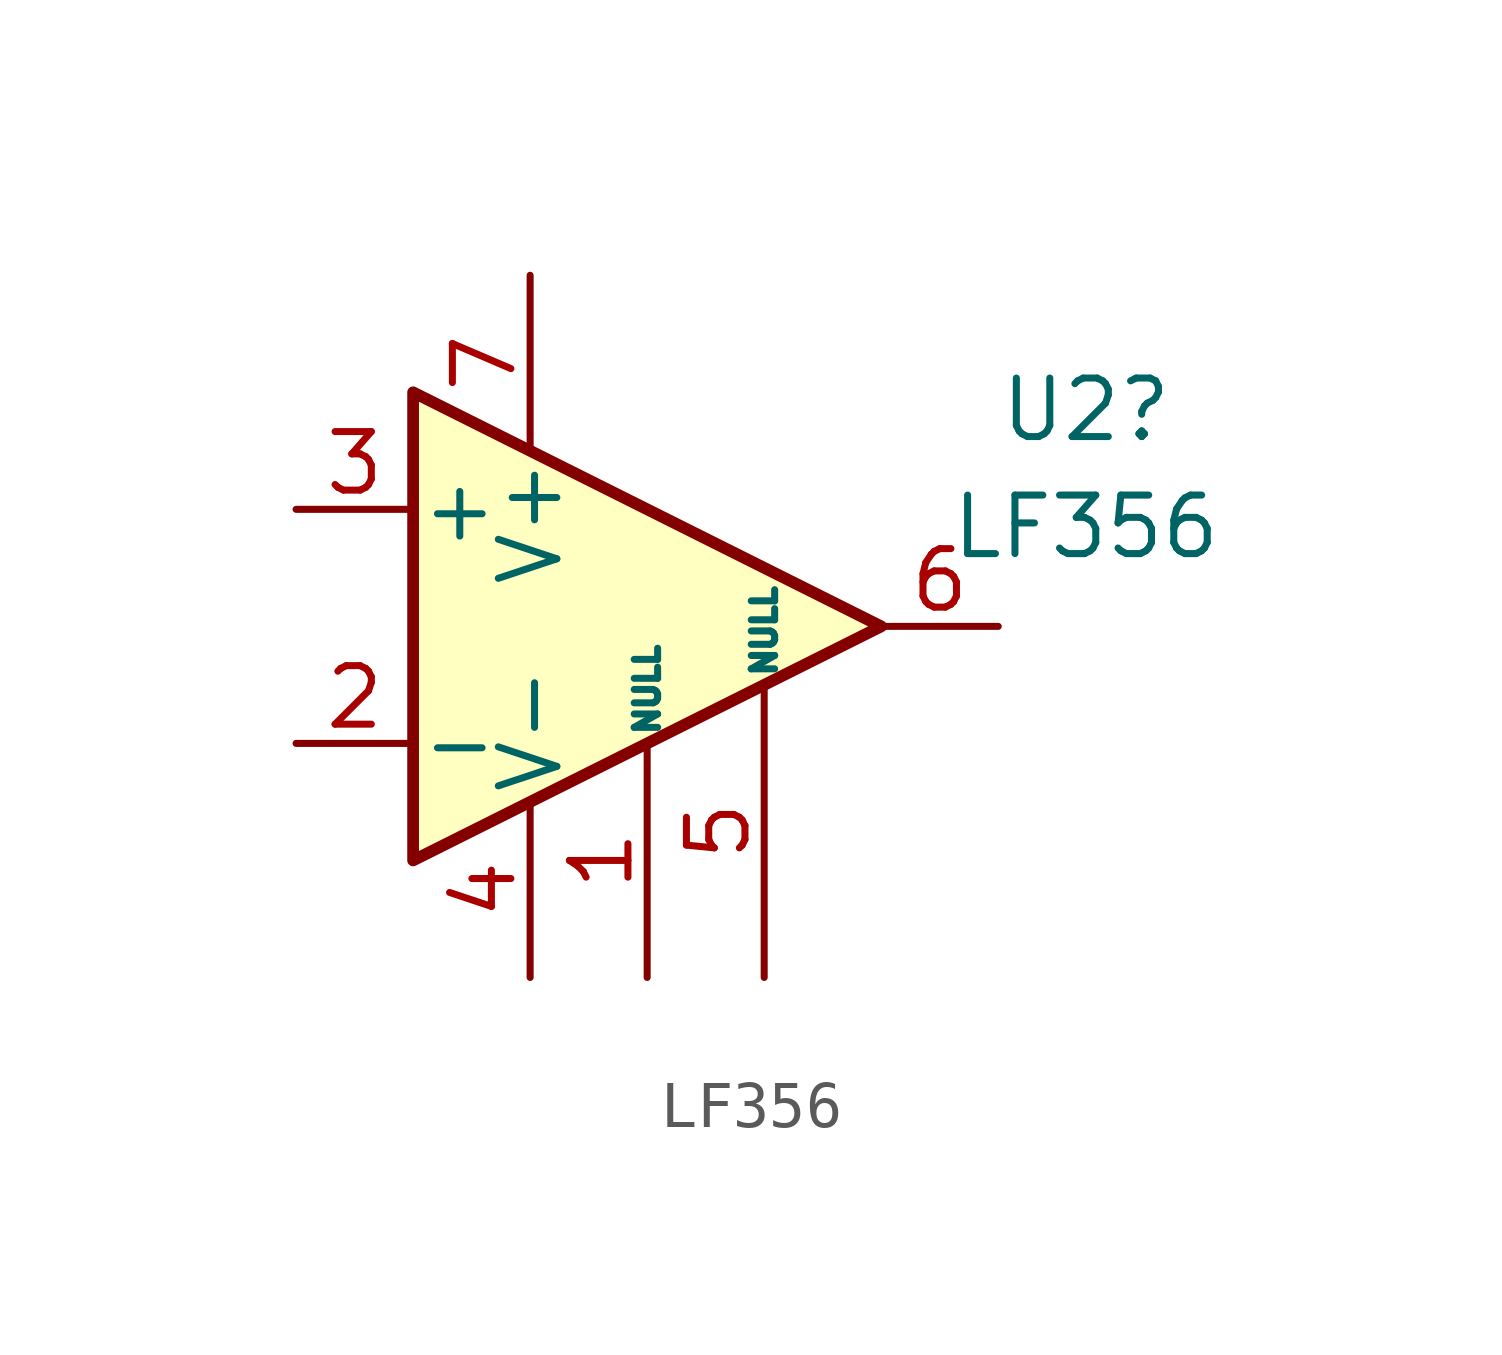
<source format=kicad_sym>
(kicad_symbol_lib
  (version 20211014)
  (generator kicad_symbol_editor)
  (symbol "LF356"
    (pin_names
      (offset 0.127))
    (property "Reference" "U2"
      (at 9.525 4.699 0)
      (effects (font (size 1.27 1.27))))
    (property "Value" "LF356"
      (at 9.525 2.159 0)
      (effects (font (size 1.27 1.27))))
    (symbol "LF356_0_1"
      (polyline (pts (xy -5.08 5.08) (xy 5.08 0) (xy -5.08 -5.08) (xy -5.08 5.08)) (stroke (width 0.254) (type default) (color 0 0 0 0)) (fill (type background))))
    (symbol "LF356_1_1"
      (pin input line (at 0 -7.62 90) (length 5.08) (name "NULL" (effects (font (size 0.508 0.508)))) (number "1" (effects (font (size 1.27 1.27)))))
      (pin input line (at -7.62 -2.54 0) (length 2.54) (name "-" (effects (font (size 1.27 1.27)))) (number "2" (effects (font (size 1.27 1.27)))))
      (pin input line (at -7.62 2.54 0) (length 2.54) (name "+" (effects (font (size 1.27 1.27)))) (number "3" (effects (font (size 1.27 1.27)))))
      (pin power_in line (at -2.54 -7.62 90) (length 3.81) (name "V-" (effects (font (size 1.27 1.27)))) (number "4" (effects (font (size 1.27 1.27)))))
      (pin input line (at 2.54 -7.62 90) (length 6.35) (name "NULL" (effects (font (size 0.508 0.508)))) (number "5" (effects (font (size 1.27 1.27)))))
      (pin output line (at 7.62 0 180) (length 2.54) (name "~" (effects (font (size 1.27 1.27)))) (number "6" (effects (font (size 1.27 1.27)))))
      (pin power_in line (at -2.54 7.62 270) (length 3.81) (name "V+" (effects (font (size 1.27 1.27)))) (number "7" (effects (font (size 1.27 1.27)))))
      (pin no_connect line (at 0 2.54 270) (length 2.54) hide (name "NC" (effects (font (size 1.27 1.27)))) (number "8" (effects (font (size 1.27 1.27))))))))
</source>
